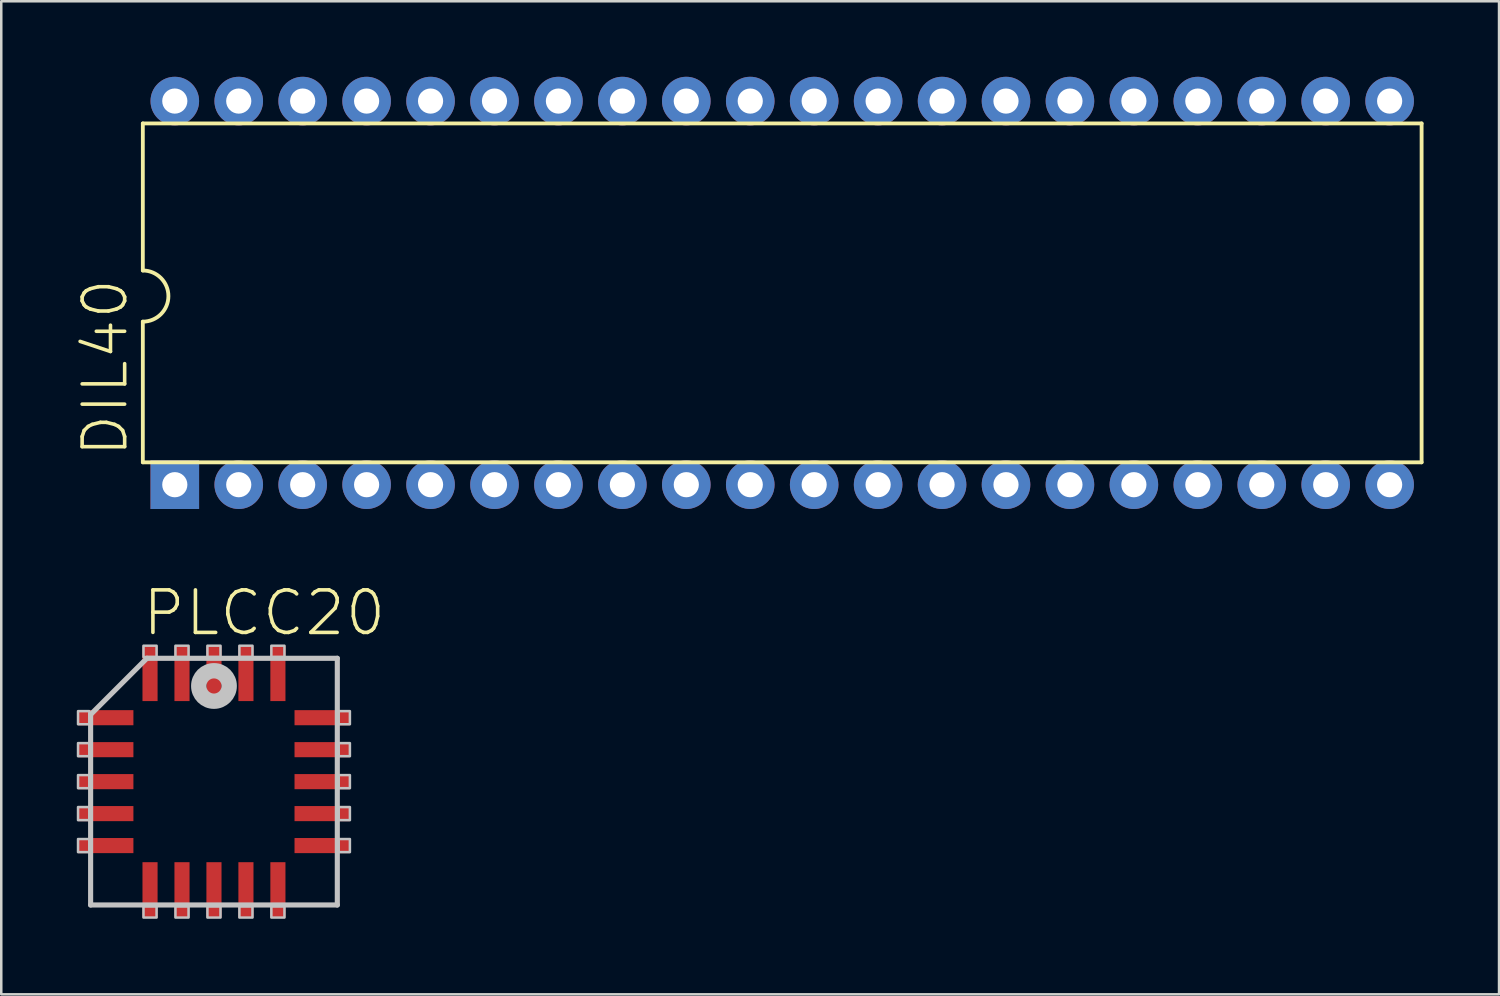
<source format=kicad_pcb>
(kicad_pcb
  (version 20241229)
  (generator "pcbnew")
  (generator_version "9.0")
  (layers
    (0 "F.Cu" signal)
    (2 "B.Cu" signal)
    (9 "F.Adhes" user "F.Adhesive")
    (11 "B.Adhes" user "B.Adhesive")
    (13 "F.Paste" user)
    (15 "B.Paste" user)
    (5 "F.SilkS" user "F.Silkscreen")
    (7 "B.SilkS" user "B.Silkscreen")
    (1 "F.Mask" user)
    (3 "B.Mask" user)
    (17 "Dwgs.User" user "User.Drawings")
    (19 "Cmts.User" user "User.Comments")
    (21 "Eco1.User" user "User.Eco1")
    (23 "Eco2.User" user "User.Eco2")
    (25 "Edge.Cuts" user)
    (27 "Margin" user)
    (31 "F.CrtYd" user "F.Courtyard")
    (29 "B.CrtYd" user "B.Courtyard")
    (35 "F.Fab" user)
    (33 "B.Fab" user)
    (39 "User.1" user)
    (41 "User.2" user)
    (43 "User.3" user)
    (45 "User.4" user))
  (footprint "PLCC20"
    (layer "F.Cu")
    (at 5.45 28.001)
    (property "Reference" "PLCC20" (at -2.921 -5.715 0) (layer "F.SilkS") (effects (font (size 1.689 1.689) (thickness 0.142)) (justify left bottom)))
    (attr through_hole)
    (fp_line (start -4.9 -2.665) (end -4.9 4.9) (stroke (width 0.203) (type solid)) (layer "Dwgs.User"))
    (fp_line (start -4.9 4.9) (end 4.9 4.9) (stroke (width 0.203) (type solid)) (layer "Dwgs.User"))
    (fp_line (start -2.665 -4.9) (end -4.9 -2.665) (stroke (width 0.203) (type solid)) (layer "Dwgs.User"))
    (fp_line (start 4.9 -4.9) (end -2.665 -4.9) (stroke (width 0.203) (type solid)) (layer "Dwgs.User"))
    (fp_line (start 4.9 4.9) (end 4.9 -4.9) (stroke (width 0.203) (type solid)) (layer "Dwgs.User"))
    (fp_circle (center 0 -3.8) (end 0.3 -3.8) (stroke (width 0.61) (type solid)) (fill no) (layer "Dwgs.User"))
    (fp_poly (pts (xy -5.4 -2.28) (xy -4.95 -2.28) (xy -4.95 -2.8) (xy -5.4 -2.8)) (stroke (width 0.1) (type solid)) (fill no) (layer "Dwgs.User"))
    (fp_poly (pts (xy -5.4 -1.01) (xy -4.95 -1.01) (xy -4.95 -1.53) (xy -5.4 -1.53)) (stroke (width 0.1) (type solid)) (fill no) (layer "Dwgs.User"))
    (fp_poly (pts (xy -5.4 0.26) (xy -4.95 0.26) (xy -4.95 -0.26) (xy -5.4 -0.26)) (stroke (width 0.1) (type solid)) (fill no) (layer "Dwgs.User"))
    (fp_poly (pts (xy -5.4 1.53) (xy -4.95 1.53) (xy -4.95 1.01) (xy -5.4 1.01)) (stroke (width 0.1) (type solid)) (fill no) (layer "Dwgs.User"))
    (fp_poly (pts (xy -5.4 2.8) (xy -4.95 2.8) (xy -4.95 2.28) (xy -5.4 2.28)) (stroke (width 0.1) (type solid)) (fill no) (layer "Dwgs.User"))
    (fp_poly (pts (xy -2.8 -4.95) (xy -2.28 -4.95) (xy -2.28 -5.4) (xy -2.8 -5.4)) (stroke (width 0.1) (type solid)) (fill no) (layer "Dwgs.User"))
    (fp_poly (pts (xy -2.8 5.4) (xy -2.28 5.4) (xy -2.28 4.95) (xy -2.8 4.95)) (stroke (width 0.1) (type solid)) (fill no) (layer "Dwgs.User"))
    (fp_poly (pts (xy -1.53 -4.95) (xy -1.01 -4.95) (xy -1.01 -5.4) (xy -1.53 -5.4)) (stroke (width 0.1) (type solid)) (fill no) (layer "Dwgs.User"))
    (fp_poly (pts (xy -1.53 5.4) (xy -1.01 5.4) (xy -1.01 4.95) (xy -1.53 4.95)) (stroke (width 0.1) (type solid)) (fill no) (layer "Dwgs.User"))
    (fp_poly (pts (xy -0.26 -4.95) (xy 0.26 -4.95) (xy 0.26 -5.4) (xy -0.26 -5.4)) (stroke (width 0.1) (type solid)) (fill no) (layer "Dwgs.User"))
    (fp_poly (pts (xy -0.26 5.4) (xy 0.26 5.4) (xy 0.26 4.95) (xy -0.26 4.95)) (stroke (width 0.1) (type solid)) (fill no) (layer "Dwgs.User"))
    (fp_poly (pts (xy 1.01 -4.95) (xy 1.53 -4.95) (xy 1.53 -5.4) (xy 1.01 -5.4)) (stroke (width 0.1) (type solid)) (fill no) (layer "Dwgs.User"))
    (fp_poly (pts (xy 1.01 5.4) (xy 1.53 5.4) (xy 1.53 4.95) (xy 1.01 4.95)) (stroke (width 0.1) (type solid)) (fill no) (layer "Dwgs.User"))
    (fp_poly (pts (xy 2.28 -4.95) (xy 2.8 -4.95) (xy 2.8 -5.4) (xy 2.28 -5.4)) (stroke (width 0.1) (type solid)) (fill no) (layer "Dwgs.User"))
    (fp_poly (pts (xy 2.28 5.4) (xy 2.8 5.4) (xy 2.8 4.95) (xy 2.28 4.95)) (stroke (width 0.1) (type solid)) (fill no) (layer "Dwgs.User"))
    (fp_poly (pts (xy 4.95 -2.28) (xy 5.4 -2.28) (xy 5.4 -2.8) (xy 4.95 -2.8)) (stroke (width 0.1) (type solid)) (fill no) (layer "Dwgs.User"))
    (fp_poly (pts (xy 4.95 -1.01) (xy 5.4 -1.01) (xy 5.4 -1.53) (xy 4.95 -1.53)) (stroke (width 0.1) (type solid)) (fill no) (layer "Dwgs.User"))
    (fp_poly (pts (xy 4.95 0.26) (xy 5.4 0.26) (xy 5.4 -0.26) (xy 4.95 -0.26)) (stroke (width 0.1) (type solid)) (fill no) (layer "Dwgs.User"))
    (fp_poly (pts (xy 4.95 1.53) (xy 5.4 1.53) (xy 5.4 1.01) (xy 4.95 1.01)) (stroke (width 0.1) (type solid)) (fill no) (layer "Dwgs.User"))
    (fp_poly (pts (xy 4.95 2.8) (xy 5.4 2.8) (xy 5.4 2.28) (xy 4.95 2.28)) (stroke (width 0.1) (type solid)) (fill no) (layer "Dwgs.User"))
    (pad "1" smd rect (at 0 -4.3) (size 0.6 2.2) (layers "F.Cu" "F.Mask" "F.Paste"))
    (pad "2" smd rect (at -1.27 -4.3) (size 0.6 2.2) (layers "F.Cu" "F.Mask" "F.Paste"))
    (pad "3" smd rect (at -2.54 -4.3) (size 0.6 2.2) (layers "F.Cu" "F.Mask" "F.Paste"))
    (pad "4" smd rect (at -4.3 -2.54) (size 2.2 0.6) (layers "F.Cu" "F.Mask" "F.Paste"))
    (pad "5" smd rect (at -4.3 -1.27) (size 2.2 0.6) (layers "F.Cu" "F.Mask" "F.Paste"))
    (pad "6" smd rect (at -4.3 0) (size 2.2 0.6) (layers "F.Cu" "F.Mask" "F.Paste"))
    (pad "7" smd rect (at -4.3 1.27) (size 2.2 0.6) (layers "F.Cu" "F.Mask" "F.Paste"))
    (pad "8" smd rect (at -4.3 2.54) (size 2.2 0.6) (layers "F.Cu" "F.Mask" "F.Paste"))
    (pad "9" smd rect (at -2.54 4.3) (size 0.6 2.2) (layers "F.Cu" "F.Mask" "F.Paste"))
    (pad "10" smd rect (at -1.27 4.3) (size 0.6 2.2) (layers "F.Cu" "F.Mask" "F.Paste"))
    (pad "11" smd rect (at 0 4.3) (size 0.6 2.2) (layers "F.Cu" "F.Mask" "F.Paste"))
    (pad "12" smd rect (at 1.27 4.3) (size 0.6 2.2) (layers "F.Cu" "F.Mask" "F.Paste"))
    (pad "13" smd rect (at 2.54 4.3) (size 0.6 2.2) (layers "F.Cu" "F.Mask" "F.Paste"))
    (pad "14" smd rect (at 4.3 2.54) (size 2.2 0.6) (layers "F.Cu" "F.Mask" "F.Paste"))
    (pad "15" smd rect (at 4.3 1.27) (size 2.2 0.6) (layers "F.Cu" "F.Mask" "F.Paste"))
    (pad "16" smd rect (at 4.3 0) (size 2.2 0.6) (layers "F.Cu" "F.Mask" "F.Paste"))
    (pad "17" smd rect (at 4.3 -1.27) (size 2.2 0.6) (layers "F.Cu" "F.Mask" "F.Paste"))
    (pad "18" smd rect (at 4.3 -2.54) (size 2.2 0.6) (layers "F.Cu" "F.Mask" "F.Paste"))
    (pad "19" smd rect (at 2.54 -4.3) (size 0.6 2.2) (layers "F.Cu" "F.Mask" "F.Paste"))
    (pad "20" smd rect (at 1.27 -4.3) (size 0.6 2.2) (layers "F.Cu" "F.Mask" "F.Paste")))
  (footprint "DIL40"
    (layer "F.Cu")
    (at 28.024 8.585)
    (property "Reference" "DIL40" (at -25.908 6.604 90) (layer "F.SilkS") (effects (font (size 1.689 1.689) (thickness 0.142)) (justify left bottom)))
    (attr through_hole)
    (fp_line (start -25.4 -6.731) (end -25.4 -0.889) (stroke (width 0.152) (type solid)) (layer "F.SilkS"))
    (fp_line (start -25.4 6.731) (end -25.4 1.143) (stroke (width 0.152) (type solid)) (layer "F.SilkS"))
    (fp_line (start -25.4 6.731) (end 25.4 6.731) (stroke (width 0.152) (type solid)) (layer "F.SilkS"))
    (fp_line (start 25.4 -6.731) (end -25.4 -6.731) (stroke (width 0.152) (type solid)) (layer "F.SilkS"))
    (fp_line (start 25.4 -6.731) (end 25.4 6.731) (stroke (width 0.152) (type solid)) (layer "F.SilkS"))
    (fp_arc (start -25.4 -0.889) (mid -24.384 0.127) (end -25.4 1.143) (stroke (width 0.1524) (type solid)) (layer "F.SilkS"))
    (pad "1" thru_hole rect (at -24.13 7.62 90) (size 1.93 1.93) (drill 1) (layers "*.Cu" "*.Mask"))
    (pad "2" thru_hole oval (at -21.59 7.62 90) (size 1.93 1.93) (drill 1) (layers "*.Cu" "*.Mask"))
    (pad "3" thru_hole oval (at -19.05 7.62 90) (size 1.93 1.93) (drill 1) (layers "*.Cu" "*.Mask"))
    (pad "4" thru_hole oval (at -16.51 7.62 90) (size 1.93 1.93) (drill 1) (layers "*.Cu" "*.Mask"))
    (pad "5" thru_hole oval (at -13.97 7.62 90) (size 1.93 1.93) (drill 1) (layers "*.Cu" "*.Mask"))
    (pad "6" thru_hole oval (at -11.43 7.62 90) (size 1.93 1.93) (drill 1) (layers "*.Cu" "*.Mask"))
    (pad "7" thru_hole oval (at -8.89 7.62 90) (size 1.93 1.93) (drill 1) (layers "*.Cu" "*.Mask"))
    (pad "8" thru_hole oval (at -6.35 7.62 90) (size 1.93 1.93) (drill 1) (layers "*.Cu" "*.Mask"))
    (pad "9" thru_hole oval (at -3.81 7.62 90) (size 1.93 1.93) (drill 1) (layers "*.Cu" "*.Mask"))
    (pad "10" thru_hole oval (at -1.27 7.62 90) (size 1.93 1.93) (drill 1) (layers "*.Cu" "*.Mask"))
    (pad "11" thru_hole oval (at 1.27 7.62 90) (size 1.93 1.93) (drill 1) (layers "*.Cu" "*.Mask"))
    (pad "12" thru_hole oval (at 3.81 7.62 90) (size 1.93 1.93) (drill 1) (layers "*.Cu" "*.Mask"))
    (pad "13" thru_hole oval (at 6.35 7.62 90) (size 1.93 1.93) (drill 1) (layers "*.Cu" "*.Mask"))
    (pad "14" thru_hole oval (at 8.89 7.62 90) (size 1.93 1.93) (drill 1) (layers "*.Cu" "*.Mask"))
    (pad "15" thru_hole oval (at 11.43 7.62 90) (size 1.93 1.93) (drill 1) (layers "*.Cu" "*.Mask"))
    (pad "16" thru_hole oval (at 13.97 7.62 90) (size 1.93 1.93) (drill 1) (layers "*.Cu" "*.Mask"))
    (pad "17" thru_hole oval (at 16.51 7.62 90) (size 1.93 1.93) (drill 1) (layers "*.Cu" "*.Mask"))
    (pad "18" thru_hole oval (at 19.05 7.62 90) (size 1.93 1.93) (drill 1) (layers "*.Cu" "*.Mask"))
    (pad "19" thru_hole oval (at 21.59 7.62 90) (size 1.93 1.93) (drill 1) (layers "*.Cu" "*.Mask"))
    (pad "20" thru_hole oval (at 24.13 7.62 90) (size 1.93 1.93) (drill 1) (layers "*.Cu" "*.Mask"))
    (pad "21" thru_hole oval (at 24.13 -7.62 90) (size 1.93 1.93) (drill 1) (layers "*.Cu" "*.Mask"))
    (pad "22" thru_hole oval (at 21.59 -7.62 90) (size 1.93 1.93) (drill 1) (layers "*.Cu" "*.Mask"))
    (pad "23" thru_hole oval (at 19.05 -7.62 90) (size 1.93 1.93) (drill 1) (layers "*.Cu" "*.Mask"))
    (pad "24" thru_hole oval (at 16.51 -7.62 90) (size 1.93 1.93) (drill 1) (layers "*.Cu" "*.Mask"))
    (pad "25" thru_hole oval (at 13.97 -7.62 90) (size 1.93 1.93) (drill 1) (layers "*.Cu" "*.Mask"))
    (pad "26" thru_hole oval (at 11.43 -7.62 90) (size 1.93 1.93) (drill 1) (layers "*.Cu" "*.Mask"))
    (pad "27" thru_hole oval (at 8.89 -7.62 90) (size 1.93 1.93) (drill 1) (layers "*.Cu" "*.Mask"))
    (pad "28" thru_hole oval (at 6.35 -7.62 90) (size 1.93 1.93) (drill 1) (layers "*.Cu" "*.Mask"))
    (pad "29" thru_hole oval (at 3.81 -7.62 90) (size 1.93 1.93) (drill 1) (layers "*.Cu" "*.Mask"))
    (pad "30" thru_hole oval (at 1.27 -7.62 90) (size 1.93 1.93) (drill 1) (layers "*.Cu" "*.Mask"))
    (pad "31" thru_hole oval (at -1.27 -7.62 90) (size 1.93 1.93) (drill 1) (layers "*.Cu" "*.Mask"))
    (pad "32" thru_hole oval (at -3.81 -7.62 90) (size 1.93 1.93) (drill 1) (layers "*.Cu" "*.Mask"))
    (pad "33" thru_hole oval (at -6.35 -7.62 90) (size 1.93 1.93) (drill 1) (layers "*.Cu" "*.Mask"))
    (pad "34" thru_hole oval (at -8.89 -7.62 90) (size 1.93 1.93) (drill 1) (layers "*.Cu" "*.Mask"))
    (pad "35" thru_hole oval (at -11.43 -7.62 90) (size 1.93 1.93) (drill 1) (layers "*.Cu" "*.Mask"))
    (pad "36" thru_hole oval (at -13.97 -7.62 90) (size 1.93 1.93) (drill 1) (layers "*.Cu" "*.Mask"))
    (pad "37" thru_hole oval (at -16.51 -7.62 90) (size 1.93 1.93) (drill 1) (layers "*.Cu" "*.Mask"))
    (pad "38" thru_hole oval (at -19.05 -7.62 90) (size 1.93 1.93) (drill 1) (layers "*.Cu" "*.Mask"))
    (pad "39" thru_hole oval (at -21.59 -7.62 90) (size 1.93 1.93) (drill 1) (layers "*.Cu" "*.Mask"))
    (pad "40" thru_hole oval (at -24.13 -7.62 90) (size 1.93 1.93) (drill 1) (layers "*.Cu" "*.Mask")))
  (gr_rect
    (start -3 -3)
    (end 56.5 36.451)
    (stroke (width 0.1) (type default))
    (fill no)
    (layer "Edge.Cuts")))
</source>
